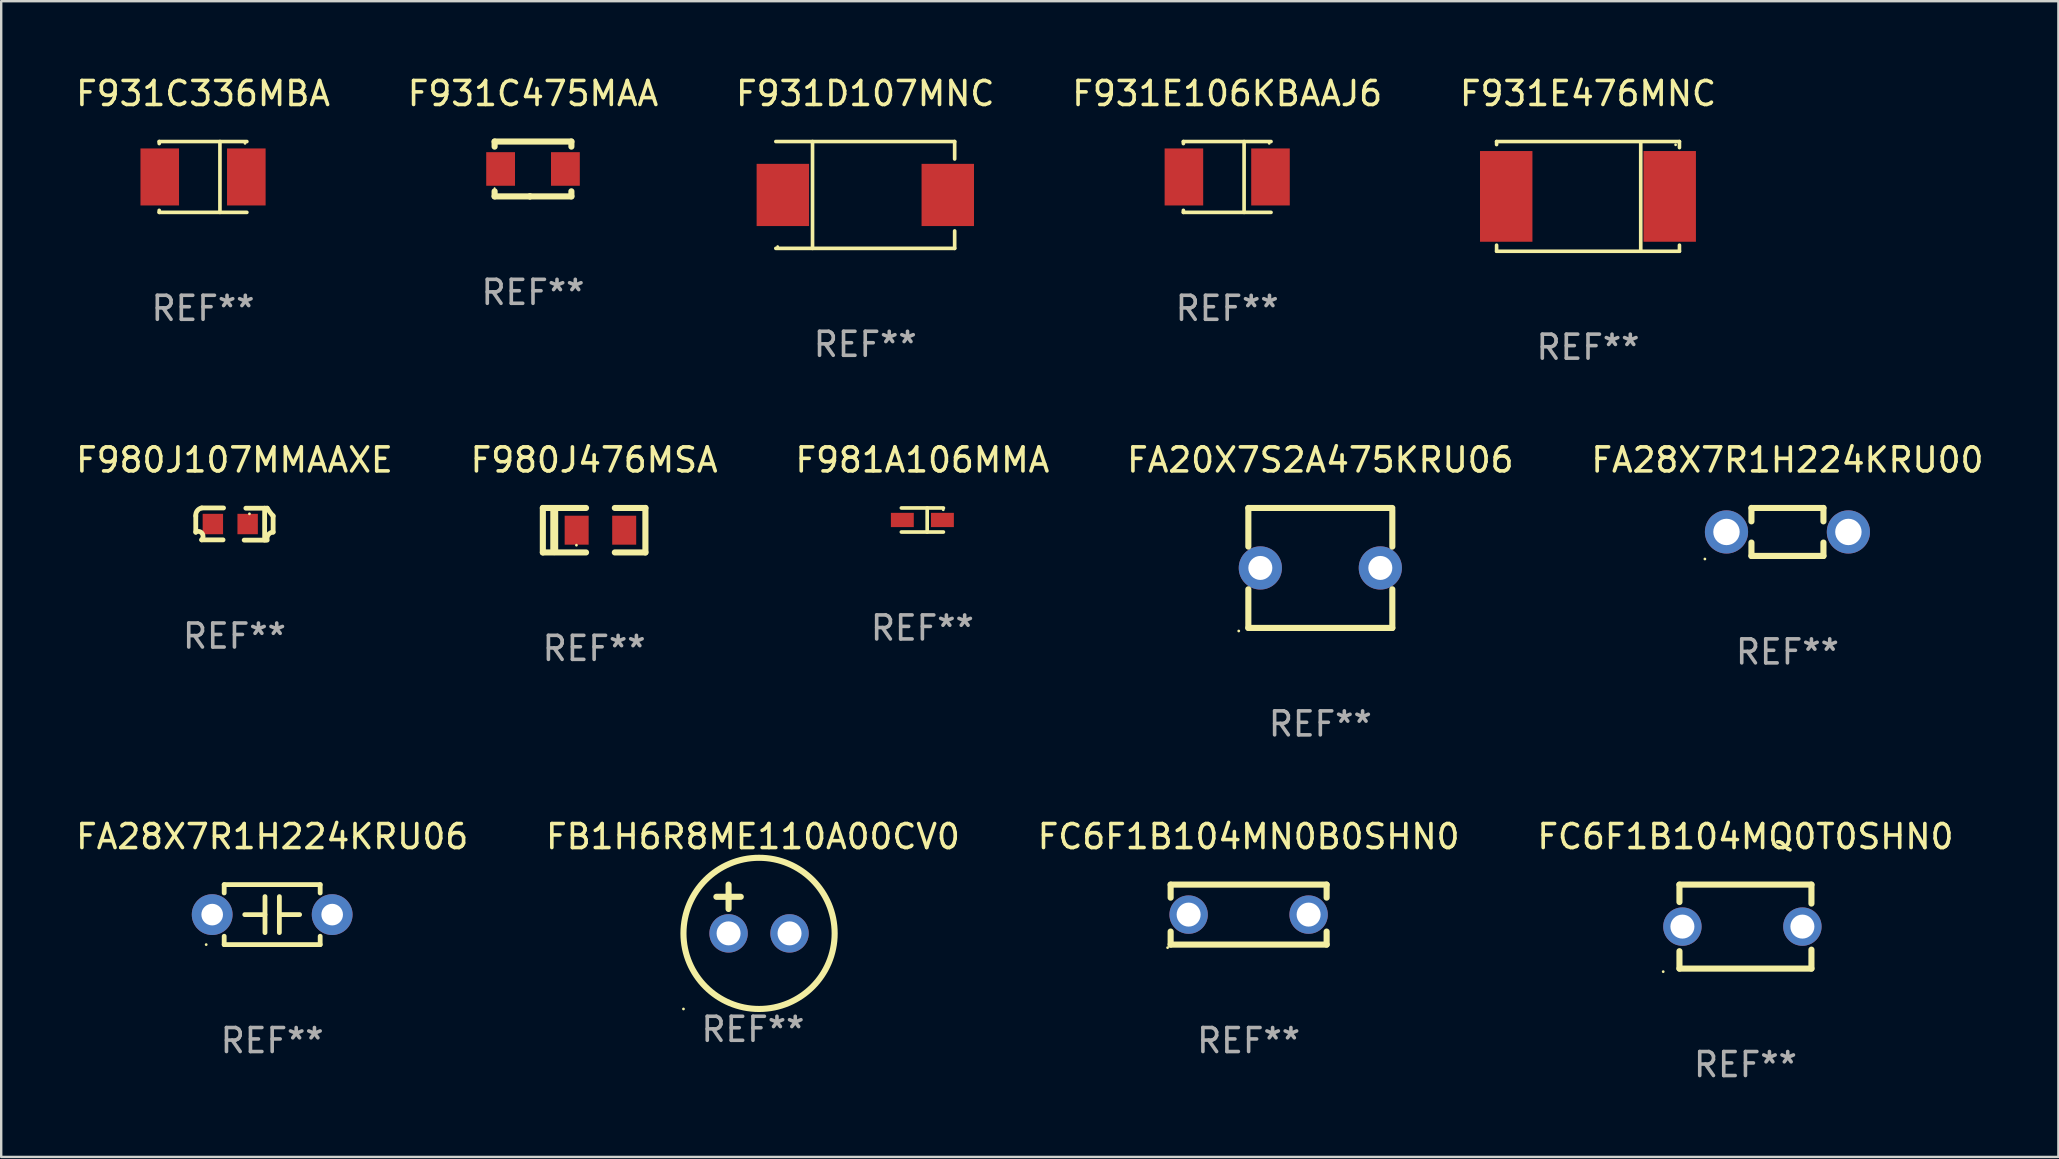
<source format=kicad_pcb>
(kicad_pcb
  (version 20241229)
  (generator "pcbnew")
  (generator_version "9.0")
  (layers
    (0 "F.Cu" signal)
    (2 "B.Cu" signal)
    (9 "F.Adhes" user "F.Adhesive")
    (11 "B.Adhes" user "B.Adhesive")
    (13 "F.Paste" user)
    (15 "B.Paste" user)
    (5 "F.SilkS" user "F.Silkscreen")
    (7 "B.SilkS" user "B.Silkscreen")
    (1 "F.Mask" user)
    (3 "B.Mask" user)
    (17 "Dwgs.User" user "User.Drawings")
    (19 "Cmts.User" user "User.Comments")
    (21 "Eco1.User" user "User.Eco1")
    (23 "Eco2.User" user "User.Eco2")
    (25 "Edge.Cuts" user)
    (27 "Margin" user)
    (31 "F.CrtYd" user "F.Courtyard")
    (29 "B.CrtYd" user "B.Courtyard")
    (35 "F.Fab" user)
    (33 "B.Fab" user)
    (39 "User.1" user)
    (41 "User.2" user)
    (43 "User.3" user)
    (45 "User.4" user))
  (footprint "FC6F1B104MN0B0SHN0"
    (layer "F.Cu")
    (at 48.982 35.063)
    (property "Reference" "FC6F1B104MN0B0SHN0" (at 0 -3.25 0) (layer "F.SilkS") (effects (font (size 1 1) (thickness 0.15))))
    (attr through_hole)
    (fp_line (start -3.25 -1.25) (end -3.25 -0.706) (stroke (width 0.254) (type solid)) (layer "F.SilkS"))
    (fp_line (start -3.25 -1.25) (end 3.25 -1.25) (stroke (width 0.254) (type solid)) (layer "F.SilkS"))
    (fp_line (start -3.25 0.706) (end -3.25 1.25) (stroke (width 0.254) (type solid)) (layer "F.SilkS"))
    (fp_line (start 3.25 1.25) (end -3.25 1.25) (stroke (width 0.254) (type solid)) (layer "F.SilkS"))
    (fp_line (start 3.25 -1.25) (end 3.25 -0.707) (stroke (width 0.254) (type solid)) (layer "F.SilkS"))
    (fp_line (start 3.25 0.707) (end 3.25 1.25) (stroke (width 0.254) (type solid)) (layer "F.SilkS"))
    (fp_circle (center -3.377 1.377) (end -3.347 1.377) (stroke (width 0.06) (type solid)) (fill no) (layer "F.SilkS"))
    (fp_text user "REF**" (at 0 5.25 0) (layer "F.Fab") (effects (font (size 1 1) (thickness 0.15))))
    (pad "1" thru_hole circle (at -2.5 0) (size 1.6 1.6) (drill 1) (layers "*.Cu" "*.Mask"))
    (pad "2" thru_hole circle (at 2.5 0) (size 1.6 1.6) (drill 1) (layers "*.Cu" "*.Mask")))
  (footprint "F931D107MNC"
    (layer "F.Cu")
    (at 33.006 5.074)
    (property "Reference" "F931D107MNC" (at 0 -4.226 0) (layer "F.SilkS") (effects (font (size 1 1) (thickness 0.15))))
    (attr through_hole)
    (fp_line (start -3.726 -2.226) (end 3.726 -2.226) (stroke (width 0.152) (type solid)) (layer "F.SilkS"))
    (fp_line (start -3.726 2.226) (end 3.726 2.226) (stroke (width 0.152) (type solid)) (layer "F.SilkS"))
    (fp_line (start -2.197 -2.226) (end -2.197 2.226) (stroke (width 0.152) (type solid)) (layer "F.SilkS"))
    (fp_line (start 3.726 -2.226) (end 3.726 -1.499) (stroke (width 0.152) (type solid)) (layer "F.SilkS"))
    (fp_line (start 3.726 2.226) (end 3.726 1.499) (stroke (width 0.152) (type solid)) (layer "F.SilkS"))
    (fp_circle (center -3.65 2.15) (end -3.62 2.15) (stroke (width 0.06) (type solid)) (fill no) (layer "F.SilkS"))
    (fp_text user "REF**" (at 0 6.226 0) (layer "F.Fab") (effects (font (size 1 1) (thickness 0.15))))
    (pad "1" smd rect (at -3.434 0 180) (size 2.185 2.592) (layers "F.Cu" "F.Mask" "F.Paste"))
    (pad "2" smd rect (at 3.439 0 180) (size 2.185 2.592) (layers "F.Cu" "F.Mask" "F.Paste")))
  (footprint "F931C336MBA"
    (layer "F.Cu")
    (at 5.411 4.324)
    (property "Reference" "F931C336MBA" (at 0 -3.476 0) (layer "F.SilkS") (effects (font (size 1 1) (thickness 0.15))))
    (attr through_hole)
    (fp_line (start -1.826 -1.476) (end -1.826 -1.391) (stroke (width 0.152) (type solid)) (layer "F.SilkS"))
    (fp_line (start -1.826 -1.476) (end 1.826 -1.476) (stroke (width 0.152) (type solid)) (layer "F.SilkS"))
    (fp_line (start -1.826 1.476) (end -1.826 1.391) (stroke (width 0.152) (type solid)) (layer "F.SilkS"))
    (fp_line (start -1.826 1.476) (end 1.826 1.476) (stroke (width 0.152) (type solid)) (layer "F.SilkS"))
    (fp_line (start 0.704 -1.476) (end 0.704 1.476) (stroke (width 0.152) (type solid)) (layer "F.SilkS"))
    (fp_circle (center 1.75 -1.4) (end 1.78 -1.4) (stroke (width 0.06) (type solid)) (fill no) (layer "F.SilkS"))
    (fp_text user "REF**" (at 0 5.476 0) (layer "F.Fab") (effects (font (size 1 1) (thickness 0.15))))
    (pad "1" smd rect (at 1.804 0) (size 1.607 2.376) (layers "F.Cu" "F.Mask" "F.Paste"))
    (pad "2" smd rect (at -1.804 0) (size 1.607 2.376) (layers "F.Cu" "F.Mask" "F.Paste")))
  (footprint "FB1H6R8ME110A00CV0"
    (layer "F.Cu")
    (at 28.327 34.829)
    (property "Reference" "FB1H6R8ME110A00CV0" (at 0 -3.016 0) (layer "F.SilkS") (effects (font (size 1 1) (thickness 0.15))))
    (attr through_hole)
    (fp_line (start -1.524 -0.508) (end -0.508 -0.508) (stroke (width 0.254) (type solid)) (layer "F.SilkS"))
    (fp_line (start -1.016 -1.016) (end -1.016 0) (stroke (width 0.254) (type solid)) (layer "F.SilkS"))
    (fp_circle (center -2.896 4.166) (end -2.866 4.166) (stroke (width 0.06) (type solid)) (fill no) (layer "F.SilkS"))
    (fp_circle (center 0.254 1.016) (end 3.404 1.016) (stroke (width 0.254) (type solid)) (fill no) (layer "F.SilkS"))
    (fp_text user "REF**" (at 0 5.016 0) (layer "F.Fab") (effects (font (size 1 1) (thickness 0.15))))
    (pad "1" thru_hole circle (at -1.016 1.016) (size 1.6 1.6) (drill 1) (layers "*.Cu" "*.Mask"))
    (pad "2" thru_hole circle (at 1.524 1.016) (size 1.6 1.6) (drill 1) (layers "*.Cu" "*.Mask")))
  (footprint "FA28X7R1H224KRU00"
    (layer "F.Cu")
    (at 71.435 19.117)
    (property "Reference" "FA28X7R1H224KRU00" (at 0 -3 0) (layer "F.SilkS") (effects (font (size 1 1) (thickness 0.15))))
    (attr through_hole)
    (fp_line (start -1.5 -1) (end -1.5 -0.441) (stroke (width 0.254) (type solid)) (layer "F.SilkS"))
    (fp_line (start -1.5 -1) (end 1.5 -1) (stroke (width 0.254) (type solid)) (layer "F.SilkS"))
    (fp_line (start -1.5 0.441) (end -1.5 1) (stroke (width 0.254) (type solid)) (layer "F.SilkS"))
    (fp_line (start 1.5 -0.441) (end 1.5 -1) (stroke (width 0.254) (type solid)) (layer "F.SilkS"))
    (fp_line (start 1.5 1) (end -1.5 1) (stroke (width 0.254) (type solid)) (layer "F.SilkS"))
    (fp_line (start 1.5 1) (end 1.5 0.441) (stroke (width 0.254) (type solid)) (layer "F.SilkS"))
    (fp_circle (center -3.44 1.127) (end -3.41 1.127) (stroke (width 0.06) (type solid)) (fill no) (layer "F.SilkS"))
    (fp_text user "REF**" (at 0 5 0) (layer "F.Fab") (effects (font (size 1 1) (thickness 0.15))))
    (pad "1" thru_hole circle (at -2.54 0) (size 1.8 1.8) (drill 1.1) (layers "*.Cu" "*.Mask"))
    (pad "2" thru_hole circle (at 2.54 0) (size 1.8 1.8) (drill 1.1) (layers "*.Cu" "*.Mask")))
  (footprint "F980J476MSA"
    (layer "F.Cu")
    (at 21.708 19.044)
    (property "Reference" "F980J476MSA" (at 0 -2.927 0) (layer "F.SilkS") (effects (font (size 1 1) (thickness 0.15))))
    (attr through_hole)
    (fp_line (start -2.137 0.927) (end -2.137 -0.927) (stroke (width 0.254) (type solid)) (layer "F.SilkS"))
    (fp_line (start -1.662 0.874) (end -1.662 -0.874) (stroke (width 0.33) (type solid)) (layer "F.SilkS"))
    (fp_line (start -0.337 -0.927) (end -2.137 -0.927) (stroke (width 0.254) (type solid)) (layer "F.SilkS"))
    (fp_line (start -0.337 0.927) (end -2.137 0.927) (stroke (width 0.254) (type solid)) (layer "F.SilkS"))
    (fp_line (start 0.862 0.927) (end 2.137 0.927) (stroke (width 0.254) (type solid)) (layer "F.SilkS"))
    (fp_line (start 2.137 -0.927) (end 0.862 -0.927) (stroke (width 0.254) (type solid)) (layer "F.SilkS"))
    (fp_line (start 2.137 0.927) (end 2.137 -0.927) (stroke (width 0.254) (type solid)) (layer "F.SilkS"))
    (fp_circle (center -0.737 0.625) (end -0.707 0.625) (stroke (width 0.06) (type solid)) (fill no) (layer "F.SilkS"))
    (fp_text user "REF**" (at 0 4.927 0) (layer "F.Fab") (effects (font (size 1 1) (thickness 0.15))))
    (pad "1" smd rect (at -0.728 0) (size 1 1.207) (layers "F.Cu" "F.Mask" "F.Paste"))
    (pad "2" smd rect (at 1.253 0) (size 1 1.207) (layers "F.Cu" "F.Mask" "F.Paste")))
  (footprint "FC6F1B104MQ0T0SHN0"
    (layer "F.Cu")
    (at 69.685 35.563)
    (property "Reference" "FC6F1B104MQ0T0SHN0" (at 0 -3.75 0) (layer "F.SilkS") (effects (font (size 1 1) (thickness 0.15))))
    (attr through_hole)
    (fp_line (start -2.75 -1.75) (end -2.75 -1.024) (stroke (width 0.254) (type solid)) (layer "F.SilkS"))
    (fp_line (start -2.75 -1.75) (end 2.75 -1.75) (stroke (width 0.254) (type solid)) (layer "F.SilkS"))
    (fp_line (start -2.75 1.024) (end -2.75 1.75) (stroke (width 0.254) (type solid)) (layer "F.SilkS"))
    (fp_line (start 2.75 -1.75) (end 2.75 -0.96) (stroke (width 0.254) (type solid)) (layer "F.SilkS"))
    (fp_line (start 2.75 0.96) (end 2.75 1.75) (stroke (width 0.254) (type solid)) (layer "F.SilkS"))
    (fp_line (start 2.75 1.75) (end -2.75 1.75) (stroke (width 0.254) (type solid)) (layer "F.SilkS"))
    (fp_circle (center -3.427 1.877) (end -3.397 1.877) (stroke (width 0.06) (type solid)) (fill no) (layer "F.SilkS"))
    (fp_text user "REF**" (at 0 5.75 0) (layer "F.Fab") (effects (font (size 1 1) (thickness 0.15))))
    (pad "1" thru_hole circle (at -2.627 0) (size 1.6 1.6) (drill 1) (layers "*.Cu" "*.Mask"))
    (pad "2" thru_hole circle (at 2.373 0) (size 1.6 1.6) (drill 1) (layers "*.Cu" "*.Mask")))
  (footprint "FA20X7S2A475KRU06"
    (layer "F.Cu")
    (at 51.97 20.617)
    (property "Reference" "FA20X7S2A475KRU06" (at 0 -4.5 0) (layer "F.SilkS") (effects (font (size 1 1) (thickness 0.15))))
    (attr through_hole)
    (fp_line (start -3 -2.5) (end -3 -0.889) (stroke (width 0.254) (type solid)) (layer "F.SilkS"))
    (fp_line (start -3 2.5) (end -3 0.889) (stroke (width 0.254) (type solid)) (layer "F.SilkS"))
    (fp_line (start 3 -0.889) (end 3 -2.413) (stroke (width 0.254) (type solid)) (layer "F.SilkS"))
    (fp_line (start 3 0.889) (end 3 2.5) (stroke (width 0.254) (type solid)) (layer "F.SilkS"))
    (fp_line (start 3 2.5) (end -3 2.5) (stroke (width 0.254) (type solid)) (layer "F.SilkS"))
    (fp_line (start 3 -2.5) (end -3 -2.5) (stroke (width 0.254) (type solid)) (layer "F.SilkS"))
    (fp_circle (center -3.4 2.627) (end -3.37 2.627) (stroke (width 0.06) (type solid)) (fill no) (layer "F.SilkS"))
    (fp_text user "REF**" (at 0 6.5 0) (layer "F.Fab") (effects (font (size 1 1) (thickness 0.15))))
    (pad "1" thru_hole circle (at -2.5 0) (size 1.8 1.8) (drill 1) (layers "*.Cu" "*.Mask"))
    (pad "2" thru_hole circle (at 2.5 0) (size 1.8 1.8) (drill 1) (layers "*.Cu" "*.Mask")))
  (footprint "F931E106KBAAJ6"
    (layer "F.Cu")
    (at 48.089 4.324)
    (property "Reference" "F931E106KBAAJ6" (at 0 -3.476 0) (layer "F.SilkS") (effects (font (size 1 1) (thickness 0.15))))
    (attr through_hole)
    (fp_line (start -1.826 -1.476) (end -1.826 -1.391) (stroke (width 0.152) (type solid)) (layer "F.SilkS"))
    (fp_line (start -1.826 -1.476) (end 1.826 -1.476) (stroke (width 0.152) (type solid)) (layer "F.SilkS"))
    (fp_line (start -1.826 1.476) (end -1.826 1.391) (stroke (width 0.152) (type solid)) (layer "F.SilkS"))
    (fp_line (start -1.826 1.476) (end 1.826 1.476) (stroke (width 0.152) (type solid)) (layer "F.SilkS"))
    (fp_line (start 0.704 -1.476) (end 0.704 1.476) (stroke (width 0.152) (type solid)) (layer "F.SilkS"))
    (fp_circle (center 1.75 -1.4) (end 1.78 -1.4) (stroke (width 0.06) (type solid)) (fill no) (layer "F.SilkS"))
    (fp_text user "REF**" (at 0 5.476 0) (layer "F.Fab") (effects (font (size 1 1) (thickness 0.15))))
    (pad "1" smd rect (at 1.804 0) (size 1.607 2.376) (layers "F.Cu" "F.Mask" "F.Paste"))
    (pad "2" smd rect (at -1.804 0) (size 1.607 2.376) (layers "F.Cu" "F.Mask" "F.Paste")))
  (footprint "F931E476MNC"
    (layer "F.Cu")
    (at 63.125 5.134)
    (property "Reference" "F931E476MNC" (at 0 -4.286 0) (layer "F.SilkS") (effects (font (size 1 1) (thickness 0.15))))
    (attr through_hole)
    (fp_line (start -3.81 -2.286) (end -3.81 -2.159) (stroke (width 0.15) (type solid)) (layer "F.SilkS"))
    (fp_line (start -3.81 2.032) (end -3.81 2.286) (stroke (width 0.15) (type solid)) (layer "F.SilkS"))
    (fp_line (start -3.81 2.286) (end 3.81 2.286) (stroke (width 0.15) (type solid)) (layer "F.SilkS"))
    (fp_line (start 2.197 -2.226) (end 2.197 2.226) (stroke (width 0.152) (type solid)) (layer "F.SilkS"))
    (fp_line (start 3.81 -2.286) (end -3.81 -2.286) (stroke (width 0.15) (type solid)) (layer "F.SilkS"))
    (fp_line (start 3.81 -2.032) (end 3.81 -2.286) (stroke (width 0.15) (type solid)) (layer "F.SilkS"))
    (fp_line (start 3.81 2.286) (end 3.81 2.032) (stroke (width 0.15) (type solid)) (layer "F.SilkS"))
    (fp_circle (center 3.65 -2.15) (end 3.68 -2.15) (stroke (width 0.06) (type solid)) (fill no) (layer "F.SilkS"))
    (fp_text user "REF**" (at 0 6.286 0) (layer "F.Fab") (effects (font (size 1 1) (thickness 0.15))))
    (pad "1" smd rect (at 3.404 0 180) (size 2.185 3.78) (layers "F.Cu" "F.Mask" "F.Paste"))
    (pad "2" smd rect (at -3.409 0 180) (size 2.185 3.78) (layers "F.Cu" "F.Mask" "F.Paste")))
  (footprint "F980J107MMAAXE"
    (layer "F.Cu")
    (at 6.72 18.787)
    (property "Reference" "F980J107MMAAXE" (at 0 -2.67 0) (layer "F.SilkS") (effects (font (size 1 1) (thickness 0.15))))
    (attr through_hole)
    (fp_line (start -1.612 -0.337) (end -1.612 0.347) (stroke (width 0.2) (type solid)) (layer "F.SilkS"))
    (fp_line (start -1.365 -0.67) (end -0.455 -0.67) (stroke (width 0.2) (type solid)) (layer "F.SilkS"))
    (fp_line (start -1.365 0.66) (end -0.475 0.66) (stroke (width 0.2) (type solid)) (layer "F.SilkS"))
    (fp_line (start 1.258 -0.66) (end 1.258 0.67) (stroke (width 0.2) (type solid)) (layer "F.SilkS"))
    (fp_line (start 1.315 0.67) (end 0.405 0.67) (stroke (width 0.2) (type solid)) (layer "F.SilkS"))
    (fp_line (start 1.365 -0.66) (end 0.475 -0.66) (stroke (width 0.2) (type solid)) (layer "F.SilkS"))
    (fp_line (start 1.612 0.337) (end 1.612 -0.347) (stroke (width 0.2) (type solid)) (layer "F.SilkS"))
    (fp_arc (start -1.611685 -0.33749) (mid -1.551639 -0.550734) (end -1.364948 -0.670003) (stroke (width 0.2) (type solid)) (layer "F.SilkS"))
    (fp_arc (start -1.611684 0.327432) (mid -1.348512 0.38999) (end -1.364948 0.659995) (stroke (width 0.2) (type solid)) (layer "F.SilkS"))
    (fp_arc (start 1.364948 0.669952) (mid 1.409994 0.445562) (end 1.611684 0.33739) (stroke (width 0.2) (type solid)) (layer "F.SilkS"))
    (fp_arc (start 1.611684 -0.327534) (mid 1.482088 -0.489181) (end 1.364948 -0.660071) (stroke (width 0.2) (type solid)) (layer "F.SilkS"))
    (fp_circle (center 0.625 -0.425) (end 0.655 -0.425) (stroke (width 0.06) (type solid)) (fill no) (layer "F.SilkS"))
    (fp_text user "REF**" (at 0 4.67 0) (layer "F.Fab") (effects (font (size 1 1) (thickness 0.15))))
    (pad "1" smd rect (at 0.55 0) (size 0.85 0.85) (layers "F.Cu" "F.Mask" "F.Paste"))
    (pad "2" smd rect (at -0.9 0) (size 0.85 0.85) (layers "F.Cu" "F.Mask" "F.Paste")))
  (footprint "F931C475MAA"
    (layer "F.Cu")
    (at 19.161 3.991)
    (property "Reference" "F931C475MAA" (at 0 -3.143 0) (layer "F.SilkS") (effects (font (size 1 1) (thickness 0.15))))
    (attr through_hole)
    (fp_line (start -1.6 1.143) (end -0.128 1.143) (stroke (width 0.254) (type solid)) (layer "F.SilkS"))
    (fp_line (start -1.6 -1.143) (end -1.6 -0.931) (stroke (width 0.254) (type solid)) (layer "F.SilkS"))
    (fp_line (start -1.6 -1.143) (end 1.6 -1.143) (stroke (width 0.254) (type solid)) (layer "F.SilkS"))
    (fp_line (start -1.6 0.931) (end -1.6 1.143) (stroke (width 0.254) (type solid)) (layer "F.SilkS"))
    (fp_line (start -0.128 1.143) (end -0.128 1.143) (stroke (width 0.254) (type solid)) (layer "F.SilkS"))
    (fp_line (start -0.128 1.143) (end 1.6 1.143) (stroke (width 0.254) (type solid)) (layer "F.SilkS"))
    (fp_line (start 1.6 -1.143) (end 1.6 -0.931) (stroke (width 0.254) (type solid)) (layer "F.SilkS"))
    (fp_line (start 1.6 0.931) (end 1.6 1.143) (stroke (width 0.254) (type solid)) (layer "F.SilkS"))
    (fp_circle (center -1.6 0.8) (end -1.58 0.8) (stroke (width 0.04) (type solid)) (fill no) (layer "F.SilkS"))
    (fp_text user "REF**" (at 0 5.143 0) (layer "F.Fab") (effects (font (size 1 1) (thickness 0.15))))
    (pad "1" smd rect (at -1.35 0) (size 1.2 1.4) (layers "F.Cu" "F.Mask" "F.Paste"))
    (pad "2" smd rect (at 1.35 0) (size 1.2 1.4) (layers "F.Cu" "F.Mask" "F.Paste")))
  (footprint "FA28X7R1H224KRU06"
    (layer "F.Cu")
    (at 8.292 35.063)
    (property "Reference" "FA28X7R1H224KRU06" (at 0 -3.25 0) (layer "F.SilkS") (effects (font (size 1 1) (thickness 0.15))))
    (attr through_hole)
    (fp_line (start -2 -1.25) (end -2 -0.901) (stroke (width 0.2) (type solid)) (layer "F.SilkS"))
    (fp_line (start -2 -1.25) (end 2 -1.25) (stroke (width 0.2) (type solid)) (layer "F.SilkS"))
    (fp_line (start -2 0.901) (end -2 1.25) (stroke (width 0.2) (type solid)) (layer "F.SilkS"))
    (fp_line (start -0.3 -0.75) (end -0.3 0.75) (stroke (width 0.2) (type solid)) (layer "F.SilkS"))
    (fp_line (start -0.3 0.001) (end -1.143 0.001) (stroke (width 0.2) (type solid)) (layer "F.SilkS"))
    (fp_line (start 0.3 -0.001) (end 1.143 -0.001) (stroke (width 0.2) (type solid)) (layer "F.SilkS"))
    (fp_line (start 0.3 0.75) (end 0.3 -0.75) (stroke (width 0.2) (type solid)) (layer "F.SilkS"))
    (fp_line (start 2 -1.25) (end 2 -0.901) (stroke (width 0.2) (type solid)) (layer "F.SilkS"))
    (fp_line (start 2 0.901) (end 2 1.25) (stroke (width 0.2) (type solid)) (layer "F.SilkS"))
    (fp_line (start 2 1.25) (end -2 1.25) (stroke (width 0.2) (type solid)) (layer "F.SilkS"))
    (fp_circle (center -2.75 1.25) (end -2.72 1.25) (stroke (width 0.06) (type solid)) (fill no) (layer "F.SilkS"))
    (fp_text user "REF**" (at 0 5.25 0) (layer "F.Fab") (effects (font (size 1 1) (thickness 0.15))))
    (pad "1" thru_hole circle (at -2.5 0) (size 1.7 1.7) (drill 0.9) (layers "*.Cu" "*.Mask"))
    (pad "2" thru_hole circle (at 2.5 0) (size 1.7 1.7) (drill 0.9) (layers "*.Cu" "*.Mask")))
  (footprint "F981A106MMA"
    (layer "F.Cu")
    (at 35.387 18.619)
    (property "Reference" "F981A106MMA" (at 0 -2.502 0) (layer "F.SilkS") (effects (font (size 1 1) (thickness 0.15))))
    (attr through_hole)
    (fp_line (start -0.876 -0.502) (end 0.876 -0.502) (stroke (width 0.152) (type solid)) (layer "F.SilkS"))
    (fp_line (start -0.876 0.501) (end 0.876 0.501) (stroke (width 0.152) (type solid)) (layer "F.SilkS"))
    (fp_line (start 0.2 -0.501) (end 0.2 0.502) (stroke (width 0.152) (type solid)) (layer "F.SilkS"))
    (fp_circle (center 0.869 -0.426) (end 0.899 -0.426) (stroke (width 0.06) (type solid)) (fill no) (layer "F.SilkS"))
    (fp_text user "REF**" (at 0 4.502 0) (layer "F.Fab") (effects (font (size 1 1) (thickness 0.15))))
    (pad "1" smd rect (at 0.835 -0.001) (size 0.954 0.594) (layers "F.Cu" "F.Mask" "F.Paste"))
    (pad "2" smd rect (at -0.835 -0.001) (size 0.954 0.594) (layers "F.Cu" "F.Mask" "F.Paste")))
  (gr_rect
    (start -3 -3)
    (end 82.726 45.162)
    (stroke (width 0.1) (type default))
    (fill no)
    (layer "Edge.Cuts")))
</source>
